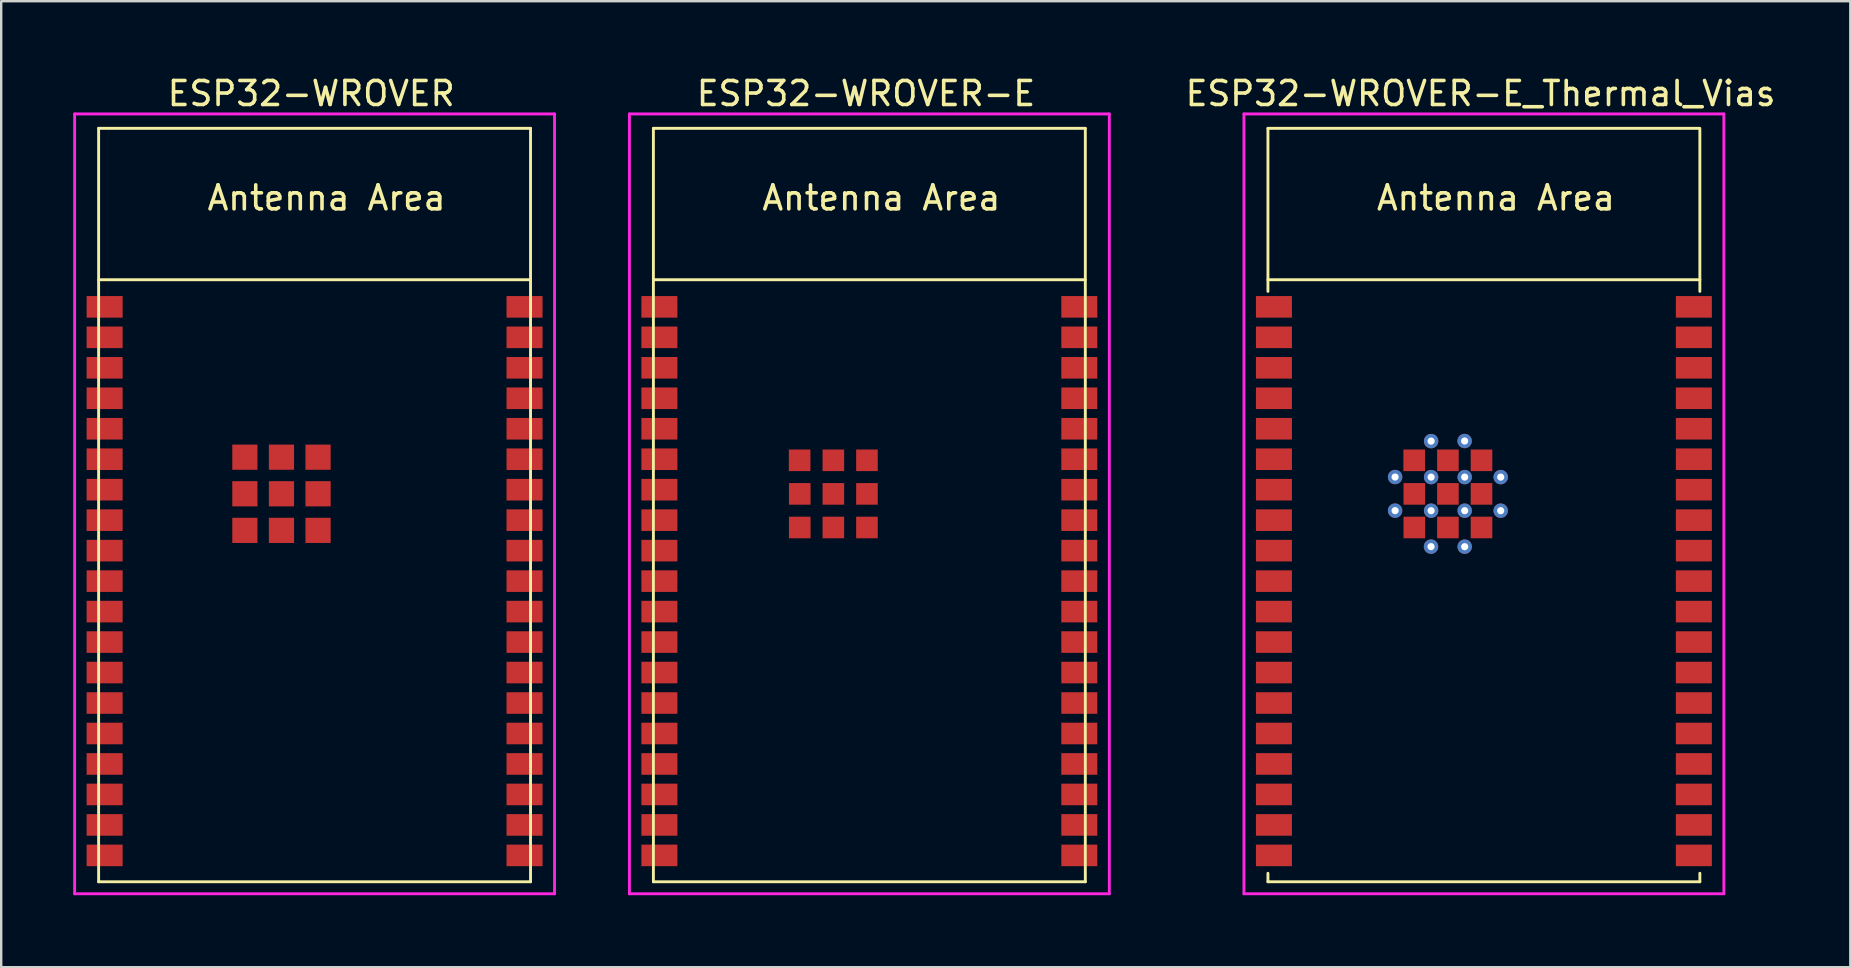
<source format=kicad_pcb>
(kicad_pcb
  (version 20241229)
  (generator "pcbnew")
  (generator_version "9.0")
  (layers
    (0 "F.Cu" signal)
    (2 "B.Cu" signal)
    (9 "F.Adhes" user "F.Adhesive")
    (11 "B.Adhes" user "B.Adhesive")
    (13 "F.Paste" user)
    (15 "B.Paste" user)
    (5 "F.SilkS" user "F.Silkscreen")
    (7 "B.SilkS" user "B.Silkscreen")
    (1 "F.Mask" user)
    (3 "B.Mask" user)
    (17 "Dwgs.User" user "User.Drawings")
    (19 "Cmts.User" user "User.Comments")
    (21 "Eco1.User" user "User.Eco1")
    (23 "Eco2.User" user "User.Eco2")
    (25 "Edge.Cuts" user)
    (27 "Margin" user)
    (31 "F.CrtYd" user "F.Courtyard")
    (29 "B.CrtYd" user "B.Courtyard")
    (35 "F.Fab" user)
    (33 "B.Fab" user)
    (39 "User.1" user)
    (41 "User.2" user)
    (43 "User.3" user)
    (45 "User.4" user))
  (footprint "ESP32-WROVER"
    (layer "F.Cu")
    (at 10.06 17.993)
    (property "Reference" "ESP32-WROVER" (at -0.14 -17.145 0) (layer "F.SilkS") (effects (font (size 1 1) (thickness 0.15))))
    (attr smd)
    (fp_line (start -9 -15.695) (end -9 15.705) (stroke (width 0.12) (type solid)) (layer "F.SilkS"))
    (fp_line (start -9 -9.385) (end 9 -9.385) (stroke (width 0.12) (type solid)) (layer "F.SilkS"))
    (fp_line (start -9 15.705) (end 9 15.705) (stroke (width 0.12) (type solid)) (layer "F.SilkS"))
    (fp_line (start 9 -15.695) (end -9 -15.695) (stroke (width 0.12) (type solid)) (layer "F.SilkS"))
    (fp_line (start 9 15.705) (end 9 -15.695) (stroke (width 0.12) (type solid)) (layer "F.SilkS"))
    (fp_line (start -9 -15.695) (end -9 15.705) (stroke (width 0.12) (type solid)) (layer "Eco2.User"))
    (fp_line (start -9 -9.385) (end 9 -9.385) (stroke (width 0.12) (type solid)) (layer "Eco2.User"))
    (fp_line (start -9 15.705) (end 9 15.705) (stroke (width 0.12) (type solid)) (layer "Eco2.User"))
    (fp_line (start 9 -15.695) (end -9 -15.695) (stroke (width 0.12) (type solid)) (layer "Eco2.User"))
    (fp_line (start 9 15.705) (end 9 -15.695) (stroke (width 0.12) (type solid)) (layer "Eco2.User"))
    (fp_line (start -10 -16.295) (end 10 -16.295) (stroke (width 0.12) (type solid)) (layer "F.CrtYd"))
    (fp_line (start -10 16.205) (end -10 -16.295) (stroke (width 0.12) (type solid)) (layer "F.CrtYd"))
    (fp_line (start 10 -16.295) (end 10 16.205) (stroke (width 0.12) (type solid)) (layer "F.CrtYd"))
    (fp_line (start 10 16.205) (end -10 16.205) (stroke (width 0.12) (type solid)) (layer "F.CrtYd"))
    (fp_text user "Antenna Area" (at 0.5 -12.795 0) (unlocked yes) (layer "F.SilkS") (effects (font (size 1 1) (thickness 0.15))))
    (pad "1" smd rect (at -8.75 -8.255) (size 1.5 0.9) (layers "F.Cu" "F.Mask" "F.Paste"))
    (pad "2" smd rect (at -8.75 -6.985) (size 1.5 0.9) (layers "F.Cu" "F.Mask" "F.Paste"))
    (pad "3" smd rect (at -8.75 -5.715) (size 1.5 0.9) (layers "F.Cu" "F.Mask" "F.Paste"))
    (pad "4" smd rect (at -8.75 -4.445) (size 1.5 0.9) (layers "F.Cu" "F.Mask" "F.Paste"))
    (pad "5" smd rect (at -8.75 -3.175) (size 1.5 0.9) (layers "F.Cu" "F.Mask" "F.Paste"))
    (pad "6" smd rect (at -8.75 -1.905) (size 1.5 0.9) (layers "F.Cu" "F.Mask" "F.Paste"))
    (pad "7" smd rect (at -8.75 -0.635) (size 1.5 0.9) (layers "F.Cu" "F.Mask" "F.Paste"))
    (pad "8" smd rect (at -8.75 0.635) (size 1.5 0.9) (layers "F.Cu" "F.Mask" "F.Paste"))
    (pad "9" smd rect (at -8.75 1.905) (size 1.5 0.9) (layers "F.Cu" "F.Mask" "F.Paste"))
    (pad "10" smd rect (at -8.75 3.175) (size 1.5 0.9) (layers "F.Cu" "F.Mask" "F.Paste"))
    (pad "11" smd rect (at -8.75 4.445) (size 1.5 0.9) (layers "F.Cu" "F.Mask" "F.Paste"))
    (pad "12" smd rect (at -8.75 5.715) (size 1.5 0.9) (layers "F.Cu" "F.Mask" "F.Paste"))
    (pad "13" smd rect (at -8.75 6.985) (size 1.5 0.9) (layers "F.Cu" "F.Mask" "F.Paste"))
    (pad "14" smd rect (at -8.75 8.255) (size 1.5 0.9) (layers "F.Cu" "F.Mask" "F.Paste"))
    (pad "15" smd rect (at -8.75 9.525) (size 1.5 0.9) (layers "F.Cu" "F.Mask" "F.Paste"))
    (pad "16" smd rect (at -8.75 10.795) (size 1.5 0.9) (layers "F.Cu" "F.Mask" "F.Paste"))
    (pad "17" smd rect (at -8.75 12.065) (size 1.5 0.9) (layers "F.Cu" "F.Mask" "F.Paste"))
    (pad "18" smd rect (at -8.75 13.335) (size 1.5 0.9) (layers "F.Cu" "F.Mask" "F.Paste"))
    (pad "19" smd rect (at -8.75 14.605) (size 1.5 0.9) (layers "F.Cu" "F.Mask" "F.Paste"))
    (pad "20" smd rect (at 8.75 14.605) (size 1.5 0.9) (layers "F.Cu" "F.Mask" "F.Paste"))
    (pad "21" smd rect (at 8.75 13.335) (size 1.5 0.9) (layers "F.Cu" "F.Mask" "F.Paste"))
    (pad "22" smd rect (at 8.75 12.065) (size 1.5 0.9) (layers "F.Cu" "F.Mask" "F.Paste"))
    (pad "23" smd rect (at 8.75 10.795) (size 1.5 0.9) (layers "F.Cu" "F.Mask" "F.Paste"))
    (pad "24" smd rect (at 8.75 9.525) (size 1.5 0.9) (layers "F.Cu" "F.Mask" "F.Paste"))
    (pad "25" smd rect (at 8.75 8.255) (size 1.5 0.9) (layers "F.Cu" "F.Mask" "F.Paste"))
    (pad "26" smd rect (at 8.75 6.985) (size 1.5 0.9) (layers "F.Cu" "F.Mask" "F.Paste"))
    (pad "27" smd rect (at 8.75 5.715) (size 1.5 0.9) (layers "F.Cu" "F.Mask" "F.Paste"))
    (pad "28" smd rect (at 8.75 4.445) (size 1.5 0.9) (layers "F.Cu" "F.Mask" "F.Paste"))
    (pad "29" smd rect (at 8.75 3.175) (size 1.5 0.9) (layers "F.Cu" "F.Mask" "F.Paste"))
    (pad "30" smd rect (at 8.75 1.905) (size 1.5 0.9) (layers "F.Cu" "F.Mask" "F.Paste"))
    (pad "31" smd rect (at 8.75 0.635) (size 1.5 0.9) (layers "F.Cu" "F.Mask" "F.Paste"))
    (pad "32" smd rect (at 8.75 -0.635) (size 1.5 0.9) (layers "F.Cu" "F.Mask" "F.Paste"))
    (pad "33" smd rect (at 8.75 -1.905) (size 1.5 0.9) (layers "F.Cu" "F.Mask" "F.Paste"))
    (pad "34" smd rect (at 8.75 -3.175) (size 1.5 0.9) (layers "F.Cu" "F.Mask" "F.Paste"))
    (pad "35" smd rect (at 8.75 -4.445) (size 1.5 0.9) (layers "F.Cu" "F.Mask" "F.Paste"))
    (pad "36" smd rect (at 8.75 -5.715) (size 1.5 0.9) (layers "F.Cu" "F.Mask" "F.Paste"))
    (pad "37" smd rect (at 8.75 -6.985) (size 1.5 0.9) (layers "F.Cu" "F.Mask" "F.Paste"))
    (pad "38" smd rect (at 8.75 -8.255) (size 1.5 0.9) (layers "F.Cu" "F.Mask" "F.Paste"))
    (pad "39" smd rect (at -2.905 -1.99) (size 1.05 1.05) (layers "F.Cu" "F.Mask" "F.Paste"))
    (pad "39" smd rect (at -2.905 -0.465) (size 1.05 1.05) (layers "F.Cu" "F.Mask" "F.Paste"))
    (pad "39" smd rect (at -2.905 1.06) (size 1.05 1.05) (layers "F.Cu" "F.Mask" "F.Paste"))
    (pad "39" smd rect (at -1.38 -1.99) (size 1.05 1.05) (layers "F.Cu" "F.Mask" "F.Paste"))
    (pad "39" smd rect (at -1.38 -0.465) (size 1.05 1.05) (layers "F.Cu" "F.Mask" "F.Paste"))
    (pad "39" smd rect (at -1.38 1.06) (size 1.05 1.05) (layers "F.Cu" "F.Mask" "F.Paste"))
    (pad "39" smd rect (at 0.145 -1.99) (size 1.05 1.05) (layers "F.Cu" "F.Mask" "F.Paste"))
    (pad "39" smd rect (at 0.145 -0.465) (size 1.05 1.05) (layers "F.Cu" "F.Mask" "F.Paste"))
    (pad "39" smd rect (at 0.145 1.06) (size 1.05 1.05) (layers "F.Cu" "F.Mask" "F.Paste")))
  (footprint "ESP32-WROVER-E_Thermal_Vias"
    (layer "F.Cu")
    (at 58.791 17.993)
    (property "Reference" "ESP32-WROVER-E_Thermal_Vias" (at -0.14 -17.145 0) (layer "F.SilkS") (effects (font (size 1 1) (thickness 0.15))))
    (attr smd)
    (fp_line (start -9 -15.695) (end -9 -8.9) (stroke (width 0.12) (type solid)) (layer "F.SilkS"))
    (fp_line (start -9 -9.385) (end 9 -9.385) (stroke (width 0.12) (type solid)) (layer "F.SilkS"))
    (fp_line (start -9 15.705) (end -9 15.35) (stroke (width 0.12) (type solid)) (layer "F.SilkS"))
    (fp_line (start -9 15.705) (end 9 15.705) (stroke (width 0.12) (type solid)) (layer "F.SilkS"))
    (fp_line (start 9 -15.695) (end -9 -15.695) (stroke (width 0.12) (type solid)) (layer "F.SilkS"))
    (fp_line (start 9 -15.65) (end 9 -8.9) (stroke (width 0.12) (type solid)) (layer "F.SilkS"))
    (fp_line (start 9 15.705) (end 9 15.35) (stroke (width 0.12) (type solid)) (layer "F.SilkS"))
    (fp_line (start -9 -15.695) (end -9 15.705) (stroke (width 0.12) (type solid)) (layer "Eco2.User"))
    (fp_line (start -9 -9.385) (end 9 -9.385) (stroke (width 0.12) (type solid)) (layer "Eco2.User"))
    (fp_line (start -9 15.705) (end 9 15.705) (stroke (width 0.12) (type solid)) (layer "Eco2.User"))
    (fp_line (start 9 -15.695) (end -9 -15.695) (stroke (width 0.12) (type solid)) (layer "Eco2.User"))
    (fp_line (start 9 15.705) (end 9 -15.695) (stroke (width 0.12) (type solid)) (layer "Eco2.User"))
    (fp_line (start -10 -16.295) (end 10 -16.295) (stroke (width 0.12) (type solid)) (layer "F.CrtYd"))
    (fp_line (start -10 16.205) (end -10 -16.295) (stroke (width 0.12) (type solid)) (layer "F.CrtYd"))
    (fp_line (start 10 -16.295) (end 10 16.205) (stroke (width 0.12) (type solid)) (layer "F.CrtYd"))
    (fp_line (start 10 16.205) (end -10 16.205) (stroke (width 0.12) (type solid)) (layer "F.CrtYd"))
    (fp_text user "Antenna Area" (at 0.5 -12.795 0) (unlocked yes) (layer "F.SilkS") (effects (font (size 1 1) (thickness 0.15))))
    (pad "1" smd rect (at -8.75 -8.255) (size 1.5 0.9) (layers "F.Cu" "F.Mask" "F.Paste"))
    (pad "2" smd rect (at -8.75 -6.985) (size 1.5 0.9) (layers "F.Cu" "F.Mask" "F.Paste"))
    (pad "3" smd rect (at -8.75 -5.715) (size 1.5 0.9) (layers "F.Cu" "F.Mask" "F.Paste"))
    (pad "4" smd rect (at -8.75 -4.445) (size 1.5 0.9) (layers "F.Cu" "F.Mask" "F.Paste"))
    (pad "5" smd rect (at -8.75 -3.175) (size 1.5 0.9) (layers "F.Cu" "F.Mask" "F.Paste"))
    (pad "6" smd rect (at -8.75 -1.905) (size 1.5 0.9) (layers "F.Cu" "F.Mask" "F.Paste"))
    (pad "7" smd rect (at -8.75 -0.635) (size 1.5 0.9) (layers "F.Cu" "F.Mask" "F.Paste"))
    (pad "8" smd rect (at -8.75 0.635) (size 1.5 0.9) (layers "F.Cu" "F.Mask" "F.Paste"))
    (pad "9" smd rect (at -8.75 1.905) (size 1.5 0.9) (layers "F.Cu" "F.Mask" "F.Paste"))
    (pad "10" smd rect (at -8.75 3.175) (size 1.5 0.9) (layers "F.Cu" "F.Mask" "F.Paste"))
    (pad "11" smd rect (at -8.75 4.445) (size 1.5 0.9) (layers "F.Cu" "F.Mask" "F.Paste"))
    (pad "12" smd rect (at -8.75 5.715) (size 1.5 0.9) (layers "F.Cu" "F.Mask" "F.Paste"))
    (pad "13" smd rect (at -8.75 6.985) (size 1.5 0.9) (layers "F.Cu" "F.Mask" "F.Paste"))
    (pad "14" smd rect (at -8.75 8.255) (size 1.5 0.9) (layers "F.Cu" "F.Mask" "F.Paste"))
    (pad "15" smd rect (at -8.75 9.525) (size 1.5 0.9) (layers "F.Cu" "F.Mask" "F.Paste"))
    (pad "16" smd rect (at -8.75 10.795) (size 1.5 0.9) (layers "F.Cu" "F.Mask" "F.Paste"))
    (pad "17" smd rect (at -8.75 12.065) (size 1.5 0.9) (layers "F.Cu" "F.Mask" "F.Paste"))
    (pad "18" smd rect (at -8.75 13.335) (size 1.5 0.9) (layers "F.Cu" "F.Mask" "F.Paste"))
    (pad "19" smd rect (at -8.75 14.605) (size 1.5 0.9) (layers "F.Cu" "F.Mask" "F.Paste"))
    (pad "20" smd rect (at 8.75 14.605) (size 1.5 0.9) (layers "F.Cu" "F.Mask" "F.Paste"))
    (pad "21" smd rect (at 8.75 13.335) (size 1.5 0.9) (layers "F.Cu" "F.Mask" "F.Paste"))
    (pad "22" smd rect (at 8.75 12.065) (size 1.5 0.9) (layers "F.Cu" "F.Mask" "F.Paste"))
    (pad "23" smd rect (at 8.75 10.795) (size 1.5 0.9) (layers "F.Cu" "F.Mask" "F.Paste"))
    (pad "24" smd rect (at 8.75 9.525) (size 1.5 0.9) (layers "F.Cu" "F.Mask" "F.Paste"))
    (pad "25" smd rect (at 8.75 8.255) (size 1.5 0.9) (layers "F.Cu" "F.Mask" "F.Paste"))
    (pad "26" smd rect (at 8.75 6.985) (size 1.5 0.9) (layers "F.Cu" "F.Mask" "F.Paste"))
    (pad "27" smd rect (at 8.75 5.715) (size 1.5 0.9) (layers "F.Cu" "F.Mask" "F.Paste"))
    (pad "28" smd rect (at 8.75 4.445) (size 1.5 0.9) (layers "F.Cu" "F.Mask" "F.Paste"))
    (pad "29" smd rect (at 8.75 3.175) (size 1.5 0.9) (layers "F.Cu" "F.Mask" "F.Paste"))
    (pad "30" smd rect (at 8.75 1.905) (size 1.5 0.9) (layers "F.Cu" "F.Mask" "F.Paste"))
    (pad "31" smd rect (at 8.75 0.635) (size 1.5 0.9) (layers "F.Cu" "F.Mask" "F.Paste"))
    (pad "32" smd rect (at 8.75 -0.635) (size 1.5 0.9) (layers "F.Cu" "F.Mask" "F.Paste"))
    (pad "33" smd rect (at 8.75 -1.905) (size 1.5 0.9) (layers "F.Cu" "F.Mask" "F.Paste"))
    (pad "34" smd rect (at 8.75 -3.175) (size 1.5 0.9) (layers "F.Cu" "F.Mask" "F.Paste"))
    (pad "35" smd rect (at 8.75 -4.445) (size 1.5 0.9) (layers "F.Cu" "F.Mask" "F.Paste"))
    (pad "36" smd rect (at 8.75 -5.715) (size 1.5 0.9) (layers "F.Cu" "F.Mask" "F.Paste"))
    (pad "37" smd rect (at 8.75 -6.985) (size 1.5 0.9) (layers "F.Cu" "F.Mask" "F.Paste"))
    (pad "38" smd rect (at 8.75 -8.255) (size 1.5 0.9) (layers "F.Cu" "F.Mask" "F.Paste"))
    (pad "39" thru_hole circle (at -3.701 -1.163) (size 0.6 0.6) (drill 0.3) (layers "*.Cu" "*.Mask"))
    (pad "39" thru_hole circle (at -3.701 0.238) (size 0.6 0.6) (drill 0.3) (layers "*.Cu" "*.Mask"))
    (pad "39" smd rect (at -2.905 -1.86) (size 0.9 0.9) (layers "F.Cu" "F.Mask" "F.Paste"))
    (pad "39" smd rect (at -2.9 -0.46) (size 0.9 0.9) (layers "F.Cu" "F.Mask" "F.Paste"))
    (pad "39" smd rect (at -2.9 0.94) (size 0.9 0.9) (layers "F.Cu" "F.Mask" "F.Paste"))
    (pad "39" thru_hole circle (at -2.204 1.738) (size 0.6 0.6) (drill 0.3) (layers "*.Cu" "*.Mask"))
    (pad "39" thru_hole circle (at -2.2 -2.66) (size 0.6 0.6) (drill 0.3) (layers "*.Cu" "*.Mask"))
    (pad "39" thru_hole circle (at -2.2 -1.16) (size 0.6 0.6) (drill 0.3) (layers "*.Cu" "*.Mask"))
    (pad "39" thru_hole circle (at -2.2 0.24) (size 0.6 0.6) (drill 0.3) (layers "*.Cu" "*.Mask"))
    (pad "39" smd rect (at -1.5 -1.86) (size 0.9 0.9) (layers "F.Cu" "F.Mask" "F.Paste"))
    (pad "39" smd rect (at -1.5 -0.46) (size 0.9 0.9) (layers "F.Cu" "F.Mask" "F.Paste"))
    (pad "39" smd rect (at -1.5 0.94) (size 0.9 0.9) (layers "F.Cu" "F.Mask" "F.Paste"))
    (pad "39" thru_hole circle (at -0.803 -2.664) (size 0.6 0.6) (drill 0.3) (layers "*.Cu" "*.Mask"))
    (pad "39" thru_hole circle (at -0.8 -1.16) (size 0.6 0.6) (drill 0.3) (layers "*.Cu" "*.Mask"))
    (pad "39" thru_hole circle (at -0.8 0.24) (size 0.6 0.6) (drill 0.3) (layers "*.Cu" "*.Mask"))
    (pad "39" thru_hole circle (at -0.8 1.74) (size 0.6 0.6) (drill 0.3) (layers "*.Cu" "*.Mask"))
    (pad "39" smd rect (at -0.1 -1.86) (size 0.9 0.9) (layers "F.Cu" "F.Mask" "F.Paste"))
    (pad "39" smd rect (at -0.1 -0.46) (size 0.9 0.9) (layers "F.Cu" "F.Mask" "F.Paste"))
    (pad "39" smd rect (at -0.1 0.94) (size 0.9 0.9) (layers "F.Cu" "F.Mask" "F.Paste"))
    (pad "39" thru_hole circle (at 0.7 -1.16) (size 0.6 0.6) (drill 0.3) (layers "*.Cu" "*.Mask"))
    (pad "39" thru_hole circle (at 0.7 0.24) (size 0.6 0.6) (drill 0.3) (layers "*.Cu" "*.Mask")))
  (footprint "ESP32-WROVER-E"
    (layer "F.Cu")
    (at 33.18 17.993)
    (property "Reference" "ESP32-WROVER-E" (at -0.14 -17.145 0) (layer "F.SilkS") (effects (font (size 1 1) (thickness 0.15))))
    (attr smd)
    (fp_line (start -9 -15.695) (end -9 15.705) (stroke (width 0.12) (type solid)) (layer "F.SilkS"))
    (fp_line (start -9 -9.385) (end 9 -9.385) (stroke (width 0.12) (type solid)) (layer "F.SilkS"))
    (fp_line (start -9 15.705) (end 9 15.705) (stroke (width 0.12) (type solid)) (layer "F.SilkS"))
    (fp_line (start 9 -15.695) (end -9 -15.695) (stroke (width 0.12) (type solid)) (layer "F.SilkS"))
    (fp_line (start 9 15.705) (end 9 -15.695) (stroke (width 0.12) (type solid)) (layer "F.SilkS"))
    (fp_line (start -9 -15.695) (end -9 15.705) (stroke (width 0.12) (type solid)) (layer "Eco2.User"))
    (fp_line (start -9 -9.385) (end 9 -9.385) (stroke (width 0.12) (type solid)) (layer "Eco2.User"))
    (fp_line (start -9 15.705) (end 9 15.705) (stroke (width 0.12) (type solid)) (layer "Eco2.User"))
    (fp_line (start 9 -15.695) (end -9 -15.695) (stroke (width 0.12) (type solid)) (layer "Eco2.User"))
    (fp_line (start 9 15.705) (end 9 -15.695) (stroke (width 0.12) (type solid)) (layer "Eco2.User"))
    (fp_line (start -10 -16.295) (end 10 -16.295) (stroke (width 0.12) (type solid)) (layer "F.CrtYd"))
    (fp_line (start -10 16.205) (end -10 -16.295) (stroke (width 0.12) (type solid)) (layer "F.CrtYd"))
    (fp_line (start 10 -16.295) (end 10 16.205) (stroke (width 0.12) (type solid)) (layer "F.CrtYd"))
    (fp_line (start 10 16.205) (end -10 16.205) (stroke (width 0.12) (type solid)) (layer "F.CrtYd"))
    (fp_text user "Antenna Area" (at 0.5 -12.795 0) (unlocked yes) (layer "F.SilkS") (effects (font (size 1 1) (thickness 0.15))))
    (pad "1" smd rect (at -8.75 -8.255) (size 1.5 0.9) (layers "F.Cu" "F.Mask" "F.Paste"))
    (pad "2" smd rect (at -8.75 -6.985) (size 1.5 0.9) (layers "F.Cu" "F.Mask" "F.Paste"))
    (pad "3" smd rect (at -8.75 -5.715) (size 1.5 0.9) (layers "F.Cu" "F.Mask" "F.Paste"))
    (pad "4" smd rect (at -8.75 -4.445) (size 1.5 0.9) (layers "F.Cu" "F.Mask" "F.Paste"))
    (pad "5" smd rect (at -8.75 -3.175) (size 1.5 0.9) (layers "F.Cu" "F.Mask" "F.Paste"))
    (pad "6" smd rect (at -8.75 -1.905) (size 1.5 0.9) (layers "F.Cu" "F.Mask" "F.Paste"))
    (pad "7" smd rect (at -8.75 -0.635) (size 1.5 0.9) (layers "F.Cu" "F.Mask" "F.Paste"))
    (pad "8" smd rect (at -8.75 0.635) (size 1.5 0.9) (layers "F.Cu" "F.Mask" "F.Paste"))
    (pad "9" smd rect (at -8.75 1.905) (size 1.5 0.9) (layers "F.Cu" "F.Mask" "F.Paste"))
    (pad "10" smd rect (at -8.75 3.175) (size 1.5 0.9) (layers "F.Cu" "F.Mask" "F.Paste"))
    (pad "11" smd rect (at -8.75 4.445) (size 1.5 0.9) (layers "F.Cu" "F.Mask" "F.Paste"))
    (pad "12" smd rect (at -8.75 5.715) (size 1.5 0.9) (layers "F.Cu" "F.Mask" "F.Paste"))
    (pad "13" smd rect (at -8.75 6.985) (size 1.5 0.9) (layers "F.Cu" "F.Mask" "F.Paste"))
    (pad "14" smd rect (at -8.75 8.255) (size 1.5 0.9) (layers "F.Cu" "F.Mask" "F.Paste"))
    (pad "15" smd rect (at -8.75 9.525) (size 1.5 0.9) (layers "F.Cu" "F.Mask" "F.Paste"))
    (pad "16" smd rect (at -8.75 10.795) (size 1.5 0.9) (layers "F.Cu" "F.Mask" "F.Paste"))
    (pad "17" smd rect (at -8.75 12.065) (size 1.5 0.9) (layers "F.Cu" "F.Mask" "F.Paste"))
    (pad "18" smd rect (at -8.75 13.335) (size 1.5 0.9) (layers "F.Cu" "F.Mask" "F.Paste"))
    (pad "19" smd rect (at -8.75 14.605) (size 1.5 0.9) (layers "F.Cu" "F.Mask" "F.Paste"))
    (pad "20" smd rect (at 8.75 14.605) (size 1.5 0.9) (layers "F.Cu" "F.Mask" "F.Paste"))
    (pad "21" smd rect (at 8.75 13.335) (size 1.5 0.9) (layers "F.Cu" "F.Mask" "F.Paste"))
    (pad "22" smd rect (at 8.75 12.065) (size 1.5 0.9) (layers "F.Cu" "F.Mask" "F.Paste"))
    (pad "23" smd rect (at 8.75 10.795) (size 1.5 0.9) (layers "F.Cu" "F.Mask" "F.Paste"))
    (pad "24" smd rect (at 8.75 9.525) (size 1.5 0.9) (layers "F.Cu" "F.Mask" "F.Paste"))
    (pad "25" smd rect (at 8.75 8.255) (size 1.5 0.9) (layers "F.Cu" "F.Mask" "F.Paste"))
    (pad "26" smd rect (at 8.75 6.985) (size 1.5 0.9) (layers "F.Cu" "F.Mask" "F.Paste"))
    (pad "27" smd rect (at 8.75 5.715) (size 1.5 0.9) (layers "F.Cu" "F.Mask" "F.Paste"))
    (pad "28" smd rect (at 8.75 4.445) (size 1.5 0.9) (layers "F.Cu" "F.Mask" "F.Paste"))
    (pad "29" smd rect (at 8.75 3.175) (size 1.5 0.9) (layers "F.Cu" "F.Mask" "F.Paste"))
    (pad "30" smd rect (at 8.75 1.905) (size 1.5 0.9) (layers "F.Cu" "F.Mask" "F.Paste"))
    (pad "31" smd rect (at 8.75 0.635) (size 1.5 0.9) (layers "F.Cu" "F.Mask" "F.Paste"))
    (pad "32" smd rect (at 8.75 -0.635) (size 1.5 0.9) (layers "F.Cu" "F.Mask" "F.Paste"))
    (pad "33" smd rect (at 8.75 -1.905) (size 1.5 0.9) (layers "F.Cu" "F.Mask" "F.Paste"))
    (pad "34" smd rect (at 8.75 -3.175) (size 1.5 0.9) (layers "F.Cu" "F.Mask" "F.Paste"))
    (pad "35" smd rect (at 8.75 -4.445) (size 1.5 0.9) (layers "F.Cu" "F.Mask" "F.Paste"))
    (pad "36" smd rect (at 8.75 -5.715) (size 1.5 0.9) (layers "F.Cu" "F.Mask" "F.Paste"))
    (pad "37" smd rect (at 8.75 -6.985) (size 1.5 0.9) (layers "F.Cu" "F.Mask" "F.Paste"))
    (pad "38" smd rect (at 8.75 -8.255) (size 1.5 0.9) (layers "F.Cu" "F.Mask" "F.Paste"))
    (pad "39" smd rect (at -2.905 -1.86) (size 0.9 0.9) (layers "F.Cu" "F.Mask" "F.Paste"))
    (pad "39" smd rect (at -2.9 -0.46) (size 0.9 0.9) (layers "F.Cu" "F.Mask" "F.Paste"))
    (pad "39" smd rect (at -2.9 0.94) (size 0.9 0.9) (layers "F.Cu" "F.Mask" "F.Paste"))
    (pad "39" smd rect (at -1.5 -1.86) (size 0.9 0.9) (layers "F.Cu" "F.Mask" "F.Paste"))
    (pad "39" smd rect (at -1.5 -0.46) (size 0.9 0.9) (layers "F.Cu" "F.Mask" "F.Paste"))
    (pad "39" smd rect (at -1.5 0.94) (size 0.9 0.9) (layers "F.Cu" "F.Mask" "F.Paste"))
    (pad "39" smd rect (at -0.1 -1.86) (size 0.9 0.9) (layers "F.Cu" "F.Mask" "F.Paste"))
    (pad "39" smd rect (at -0.1 -0.46) (size 0.9 0.9) (layers "F.Cu" "F.Mask" "F.Paste"))
    (pad "39" smd rect (at -0.1 0.94) (size 0.9 0.9) (layers "F.Cu" "F.Mask" "F.Paste")))
  (gr_rect
    (start -3 -3)
    (end 74.061 37.258)
    (stroke (width 0.1) (type default))
    (fill no)
    (layer "Edge.Cuts")))
</source>
